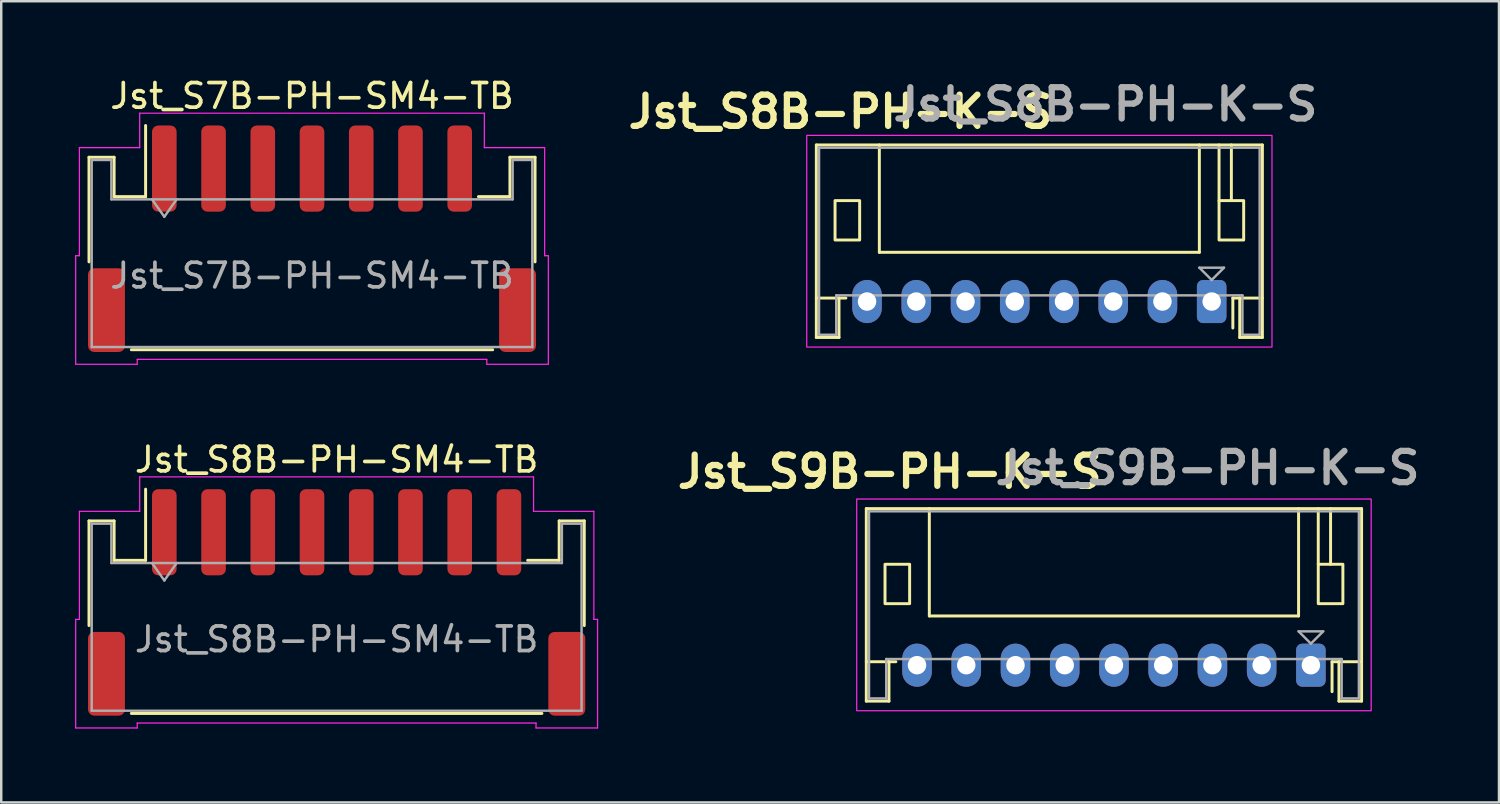
<source format=kicad_pcb>
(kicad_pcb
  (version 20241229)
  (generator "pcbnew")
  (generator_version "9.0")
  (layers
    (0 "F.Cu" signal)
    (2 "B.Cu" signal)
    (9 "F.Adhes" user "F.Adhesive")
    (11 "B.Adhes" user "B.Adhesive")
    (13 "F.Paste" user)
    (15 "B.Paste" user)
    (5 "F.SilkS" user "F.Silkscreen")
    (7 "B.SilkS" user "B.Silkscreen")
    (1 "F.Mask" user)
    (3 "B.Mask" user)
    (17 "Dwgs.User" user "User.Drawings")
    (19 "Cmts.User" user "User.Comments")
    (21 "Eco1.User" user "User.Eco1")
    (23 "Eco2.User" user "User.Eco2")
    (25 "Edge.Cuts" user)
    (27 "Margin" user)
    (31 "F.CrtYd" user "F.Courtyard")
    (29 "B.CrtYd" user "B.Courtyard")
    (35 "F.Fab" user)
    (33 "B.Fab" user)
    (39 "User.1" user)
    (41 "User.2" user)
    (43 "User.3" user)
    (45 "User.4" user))
  (footprint "Jst_S8B-PH-SM4-TB"
    (layer "F.Cu")
    (at 10.625 21.422)
    (property "Reference" "Jst_S8B-PH-SM4-TB" (at 0 -5.8 0) (layer "F.SilkS") (effects (font (size 1 1) (thickness 0.15))))
    (attr smd)
    (fp_line (start -10.06 -3.31) (end -9.04 -3.31) (stroke (width 0.12) (type solid)) (layer "F.SilkS"))
    (fp_line (start -10.06 0.94) (end -10.06 -3.31) (stroke (width 0.12) (type solid)) (layer "F.SilkS"))
    (fp_line (start -9.04 -3.31) (end -9.04 -1.71) (stroke (width 0.12) (type solid)) (layer "F.SilkS"))
    (fp_line (start -9.04 -1.71) (end -7.76 -1.71) (stroke (width 0.12) (type solid)) (layer "F.SilkS"))
    (fp_line (start -8.34 4.51) (end 8.34 4.51) (stroke (width 0.12) (type solid)) (layer "F.SilkS"))
    (fp_line (start -7.76 -1.71) (end -7.76 -4.6) (stroke (width 0.12) (type solid)) (layer "F.SilkS"))
    (fp_line (start 9.04 -3.31) (end 9.04 -1.71) (stroke (width 0.12) (type solid)) (layer "F.SilkS"))
    (fp_line (start 9.04 -1.71) (end 7.76 -1.71) (stroke (width 0.12) (type solid)) (layer "F.SilkS"))
    (fp_line (start 10.06 -3.31) (end 9.04 -3.31) (stroke (width 0.12) (type solid)) (layer "F.SilkS"))
    (fp_line (start 10.06 0.94) (end 10.06 -3.31) (stroke (width 0.12) (type solid)) (layer "F.SilkS"))
    (fp_line (start -10.6 0.69) (end -10.45 0.69) (stroke (width 0.05) (type solid)) (layer "F.CrtYd"))
    (fp_line (start -10.6 5.1) (end -10.6 0.69) (stroke (width 0.05) (type solid)) (layer "F.CrtYd"))
    (fp_line (start -10.45 -3.7) (end -8 -3.7) (stroke (width 0.05) (type solid)) (layer "F.CrtYd"))
    (fp_line (start -10.45 0.69) (end -10.45 -3.7) (stroke (width 0.05) (type solid)) (layer "F.CrtYd"))
    (fp_line (start -8.1 4.9) (end -8.1 5.1) (stroke (width 0.05) (type solid)) (layer "F.CrtYd"))
    (fp_line (start -8.1 5.1) (end -10.6 5.1) (stroke (width 0.05) (type solid)) (layer "F.CrtYd"))
    (fp_line (start -8 -5.1) (end 8 -5.1) (stroke (width 0.05) (type solid)) (layer "F.CrtYd"))
    (fp_line (start -8 -3.7) (end -8 -5.1) (stroke (width 0.05) (type solid)) (layer "F.CrtYd"))
    (fp_line (start 8 -5.1) (end 8 -3.7) (stroke (width 0.05) (type solid)) (layer "F.CrtYd"))
    (fp_line (start 8 -3.7) (end 10.45 -3.7) (stroke (width 0.05) (type solid)) (layer "F.CrtYd"))
    (fp_line (start 8.1 4.9) (end -8.1 4.9) (stroke (width 0.05) (type solid)) (layer "F.CrtYd"))
    (fp_line (start 8.1 5.1) (end 8.1 4.9) (stroke (width 0.05) (type solid)) (layer "F.CrtYd"))
    (fp_line (start 10.45 -3.7) (end 10.45 0.69) (stroke (width 0.05) (type solid)) (layer "F.CrtYd"))
    (fp_line (start 10.45 0.69) (end 10.6 0.69) (stroke (width 0.05) (type solid)) (layer "F.CrtYd"))
    (fp_line (start 10.6 0.69) (end 10.6 5.1) (stroke (width 0.05) (type solid)) (layer "F.CrtYd"))
    (fp_line (start 10.6 5.1) (end 8.1 5.1) (stroke (width 0.05) (type solid)) (layer "F.CrtYd"))
    (fp_line (start -9.95 -3.2) (end -9.95 4.4) (stroke (width 0.1) (type solid)) (layer "F.Fab"))
    (fp_line (start -9.95 -3.2) (end -9.15 -3.2) (stroke (width 0.1) (type solid)) (layer "F.Fab"))
    (fp_line (start -9.95 4.4) (end 9.95 4.4) (stroke (width 0.1) (type solid)) (layer "F.Fab"))
    (fp_line (start -9.15 -3.2) (end -9.15 -1.6) (stroke (width 0.1) (type solid)) (layer "F.Fab"))
    (fp_line (start -9.15 -1.6) (end 9.15 -1.6) (stroke (width 0.1) (type solid)) (layer "F.Fab"))
    (fp_line (start -7.5 -1.6) (end -7 -0.893) (stroke (width 0.1) (type solid)) (layer "F.Fab"))
    (fp_line (start -7 -0.893) (end -6.5 -1.6) (stroke (width 0.1) (type solid)) (layer "F.Fab"))
    (fp_line (start 9.15 -3.2) (end 9.95 -3.2) (stroke (width 0.1) (type solid)) (layer "F.Fab"))
    (fp_line (start 9.15 -1.6) (end 9.15 -3.2) (stroke (width 0.1) (type solid)) (layer "F.Fab"))
    (fp_line (start 9.95 -3.2) (end 9.95 4.4) (stroke (width 0.1) (type solid)) (layer "F.Fab"))
    (fp_text user "${REFERENCE}" (at 0 1.5 0) (layer "F.Fab") (effects (font (size 1 1) (thickness 0.15))))
    (pad "1" smd roundrect (at -7 -2.85) (size 1 3.5) (layers "F.Cu" "F.Mask" "F.Paste") (roundrect_rratio 0.25))
    (pad "2" smd roundrect (at -5 -2.85) (size 1 3.5) (layers "F.Cu" "F.Mask" "F.Paste") (roundrect_rratio 0.25))
    (pad "3" smd roundrect (at -3 -2.85) (size 1 3.5) (layers "F.Cu" "F.Mask" "F.Paste") (roundrect_rratio 0.25))
    (pad "4" smd roundrect (at -1 -2.85) (size 1 3.5) (layers "F.Cu" "F.Mask" "F.Paste") (roundrect_rratio 0.25))
    (pad "5" smd roundrect (at 1 -2.85) (size 1 3.5) (layers "F.Cu" "F.Mask" "F.Paste") (roundrect_rratio 0.25))
    (pad "6" smd roundrect (at 3 -2.85) (size 1 3.5) (layers "F.Cu" "F.Mask" "F.Paste") (roundrect_rratio 0.25))
    (pad "7" smd roundrect (at 5 -2.85) (size 1 3.5) (layers "F.Cu" "F.Mask" "F.Paste") (roundrect_rratio 0.25))
    (pad "8" smd roundrect (at 7 -2.85) (size 1 3.5) (layers "F.Cu" "F.Mask" "F.Paste") (roundrect_rratio 0.25))
    (pad "MP" smd roundrect (at -9.35 2.9) (size 1.5 3.4) (layers "F.Cu" "F.Mask" "F.Paste") (roundrect_rratio 0.167))
    (pad "MP" smd roundrect (at 9.35 2.9) (size 1.5 3.4) (layers "F.Cu" "F.Mask" "F.Paste") (roundrect_rratio 0.167)))
  (footprint "Jst_S8B-PH-K-S"
    (layer "F.Cu")
    (at 46.172 9.199)
    (property "Reference" "Jst_S8B-PH-K-S" (at -15.08 -7.71 0) (layer "F.SilkS") (effects (font (size 1.27 1.27) (thickness 0.254))))
    (attr through_hole)
    (fp_line (start -16.06 -6.36) (end -16.06 1.46) (stroke (width 0.12) (type solid)) (layer "F.SilkS"))
    (fp_line (start -16.06 -0.14) (end -15.14 -0.14) (stroke (width 0.12) (type solid)) (layer "F.SilkS"))
    (fp_line (start -16.06 1.46) (end -15.14 1.46) (stroke (width 0.12) (type solid)) (layer "F.SilkS"))
    (fp_line (start -15.14 -0.14) (end -14.86 -0.14) (stroke (width 0.12) (type solid)) (layer "F.SilkS"))
    (fp_line (start -15.14 1.46) (end -15.14 -0.14) (stroke (width 0.12) (type solid)) (layer "F.SilkS"))
    (fp_line (start -13.5 -2) (end -13.5 -6.36) (stroke (width 0.12) (type solid)) (layer "F.SilkS"))
    (fp_line (start -0.5 -6.36) (end -0.5 -2) (stroke (width 0.12) (type solid)) (layer "F.SilkS"))
    (fp_line (start -0.5 -2) (end -13.5 -2) (stroke (width 0.12) (type solid)) (layer "F.SilkS"))
    (fp_line (start 0.3 -4.1) (end 0.3 -6.36) (stroke (width 0.12) (type solid)) (layer "F.SilkS"))
    (fp_line (start 0.8 -4.1) (end 0.8 -6.36) (stroke (width 0.12) (type solid)) (layer "F.SilkS"))
    (fp_line (start 0.86 -0.14) (end 0.86 1.075) (stroke (width 0.12) (type solid)) (layer "F.SilkS"))
    (fp_line (start 0.86 -0.14) (end 1.14 -0.14) (stroke (width 0.12) (type solid)) (layer "F.SilkS"))
    (fp_line (start 1.14 -0.14) (end 1.14 1.46) (stroke (width 0.12) (type solid)) (layer "F.SilkS"))
    (fp_line (start 1.14 1.46) (end 2.06 1.46) (stroke (width 0.12) (type solid)) (layer "F.SilkS"))
    (fp_line (start 2.06 -6.36) (end -16.06 -6.36) (stroke (width 0.12) (type solid)) (layer "F.SilkS"))
    (fp_line (start 2.06 -0.14) (end 1.14 -0.14) (stroke (width 0.12) (type solid)) (layer "F.SilkS"))
    (fp_line (start 2.06 1.46) (end 2.06 -6.36) (stroke (width 0.12) (type solid)) (layer "F.SilkS"))
    (fp_rect (start -15.3 -4.1) (end -14.3 -2.5) (stroke (width 0.12) (type solid)) (fill no) (layer "F.SilkS"))
    (fp_rect (start 0.3 -4.1) (end 1.3 -2.5) (stroke (width 0.12) (type solid)) (fill no) (layer "F.SilkS"))
    (fp_rect (start -16.45 -6.75) (end 2.45 1.85) (stroke (width 0.05) (type solid)) (fill no) (layer "F.CrtYd"))
    (fp_line (start -15.95 -6.25) (end -15.95 1.35) (stroke (width 0.1) (type solid)) (layer "F.Fab"))
    (fp_line (start -15.95 1.35) (end -15.25 1.35) (stroke (width 0.1) (type solid)) (layer "F.Fab"))
    (fp_line (start -15.25 -0.25) (end 1.25 -0.25) (stroke (width 0.1) (type solid)) (layer "F.Fab"))
    (fp_line (start -15.25 1.35) (end -15.25 -0.25) (stroke (width 0.1) (type solid)) (layer "F.Fab"))
    (fp_line (start -0.5 -1.375) (end 0 -0.875) (stroke (width 0.1) (type solid)) (layer "F.Fab"))
    (fp_line (start 0 -0.875) (end 0.5 -1.375) (stroke (width 0.1) (type solid)) (layer "F.Fab"))
    (fp_line (start 0.5 -1.375) (end -0.5 -1.375) (stroke (width 0.1) (type solid)) (layer "F.Fab"))
    (fp_line (start 1.25 -0.25) (end 1.25 1.35) (stroke (width 0.1) (type solid)) (layer "F.Fab"))
    (fp_line (start 1.25 1.35) (end 1.95 1.35) (stroke (width 0.1) (type solid)) (layer "F.Fab"))
    (fp_line (start 1.95 -6.25) (end -15.95 -6.25) (stroke (width 0.1) (type solid)) (layer "F.Fab"))
    (fp_line (start 1.95 1.35) (end 1.95 -6.25) (stroke (width 0.1) (type solid)) (layer "F.Fab"))
    (fp_text user "${REFERENCE}" (at -4.32 -8.01 0) (layer "F.Fab") (effects (font (size 1.27 1.27) (thickness 0.254))))
    (pad "1" thru_hole roundrect (at 0 0 180) (size 1.2 1.75) (drill 0.75) (layers "*.Cu" "*.Mask") (roundrect_rratio 0.208))
    (pad "2" thru_hole oval (at -2 0 180) (size 1.2 1.75) (drill 0.75) (layers "*.Cu" "*.Mask"))
    (pad "3" thru_hole oval (at -4 0 180) (size 1.2 1.75) (drill 0.75) (layers "*.Cu" "*.Mask"))
    (pad "4" thru_hole oval (at -6 0 180) (size 1.2 1.75) (drill 0.75) (layers "*.Cu" "*.Mask"))
    (pad "5" thru_hole oval (at -8 0 180) (size 1.2 1.75) (drill 0.75) (layers "*.Cu" "*.Mask"))
    (pad "6" thru_hole oval (at -10 0 180) (size 1.2 1.75) (drill 0.75) (layers "*.Cu" "*.Mask"))
    (pad "7" thru_hole oval (at -12 0 180) (size 1.2 1.75) (drill 0.75) (layers "*.Cu" "*.Mask"))
    (pad "8" thru_hole oval (at -14 0 180) (size 1.2 1.75) (drill 0.75) (layers "*.Cu" "*.Mask")))
  (footprint "Jst_S7B-PH-SM4-TB"
    (layer "F.Cu")
    (at 9.625 6.648)
    (property "Reference" "Jst_S7B-PH-SM4-TB" (at 0 -5.8 0) (layer "F.SilkS") (effects (font (size 1 1) (thickness 0.15))))
    (attr smd)
    (fp_line (start -9.06 -3.31) (end -8.04 -3.31) (stroke (width 0.12) (type solid)) (layer "F.SilkS"))
    (fp_line (start -9.06 0.94) (end -9.06 -3.31) (stroke (width 0.12) (type solid)) (layer "F.SilkS"))
    (fp_line (start -8.04 -3.31) (end -8.04 -1.71) (stroke (width 0.12) (type solid)) (layer "F.SilkS"))
    (fp_line (start -8.04 -1.71) (end -6.76 -1.71) (stroke (width 0.12) (type solid)) (layer "F.SilkS"))
    (fp_line (start -7.34 4.51) (end 7.34 4.51) (stroke (width 0.12) (type solid)) (layer "F.SilkS"))
    (fp_line (start -6.76 -1.71) (end -6.76 -4.6) (stroke (width 0.12) (type solid)) (layer "F.SilkS"))
    (fp_line (start 8.04 -3.31) (end 8.04 -1.71) (stroke (width 0.12) (type solid)) (layer "F.SilkS"))
    (fp_line (start 8.04 -1.71) (end 6.76 -1.71) (stroke (width 0.12) (type solid)) (layer "F.SilkS"))
    (fp_line (start 9.06 -3.31) (end 8.04 -3.31) (stroke (width 0.12) (type solid)) (layer "F.SilkS"))
    (fp_line (start 9.06 0.94) (end 9.06 -3.31) (stroke (width 0.12) (type solid)) (layer "F.SilkS"))
    (fp_line (start -9.6 0.69) (end -9.45 0.69) (stroke (width 0.05) (type solid)) (layer "F.CrtYd"))
    (fp_line (start -9.6 5.1) (end -9.6 0.69) (stroke (width 0.05) (type solid)) (layer "F.CrtYd"))
    (fp_line (start -9.45 -3.7) (end -7 -3.7) (stroke (width 0.05) (type solid)) (layer "F.CrtYd"))
    (fp_line (start -9.45 0.69) (end -9.45 -3.7) (stroke (width 0.05) (type solid)) (layer "F.CrtYd"))
    (fp_line (start -7.1 4.9) (end -7.1 5.1) (stroke (width 0.05) (type solid)) (layer "F.CrtYd"))
    (fp_line (start -7.1 5.1) (end -9.6 5.1) (stroke (width 0.05) (type solid)) (layer "F.CrtYd"))
    (fp_line (start -7 -5.1) (end 7 -5.1) (stroke (width 0.05) (type solid)) (layer "F.CrtYd"))
    (fp_line (start -7 -3.7) (end -7 -5.1) (stroke (width 0.05) (type solid)) (layer "F.CrtYd"))
    (fp_line (start 7 -5.1) (end 7 -3.7) (stroke (width 0.05) (type solid)) (layer "F.CrtYd"))
    (fp_line (start 7 -3.7) (end 9.45 -3.7) (stroke (width 0.05) (type solid)) (layer "F.CrtYd"))
    (fp_line (start 7.1 4.9) (end -7.1 4.9) (stroke (width 0.05) (type solid)) (layer "F.CrtYd"))
    (fp_line (start 7.1 5.1) (end 7.1 4.9) (stroke (width 0.05) (type solid)) (layer "F.CrtYd"))
    (fp_line (start 9.45 -3.7) (end 9.45 0.69) (stroke (width 0.05) (type solid)) (layer "F.CrtYd"))
    (fp_line (start 9.45 0.69) (end 9.6 0.69) (stroke (width 0.05) (type solid)) (layer "F.CrtYd"))
    (fp_line (start 9.6 0.69) (end 9.6 5.1) (stroke (width 0.05) (type solid)) (layer "F.CrtYd"))
    (fp_line (start 9.6 5.1) (end 7.1 5.1) (stroke (width 0.05) (type solid)) (layer "F.CrtYd"))
    (fp_line (start -8.95 -3.2) (end -8.95 4.4) (stroke (width 0.1) (type solid)) (layer "F.Fab"))
    (fp_line (start -8.95 -3.2) (end -8.15 -3.2) (stroke (width 0.1) (type solid)) (layer "F.Fab"))
    (fp_line (start -8.95 4.4) (end 8.95 4.4) (stroke (width 0.1) (type solid)) (layer "F.Fab"))
    (fp_line (start -8.15 -3.2) (end -8.15 -1.6) (stroke (width 0.1) (type solid)) (layer "F.Fab"))
    (fp_line (start -8.15 -1.6) (end 8.15 -1.6) (stroke (width 0.1) (type solid)) (layer "F.Fab"))
    (fp_line (start -6.5 -1.6) (end -6 -0.893) (stroke (width 0.1) (type solid)) (layer "F.Fab"))
    (fp_line (start -6 -0.893) (end -5.5 -1.6) (stroke (width 0.1) (type solid)) (layer "F.Fab"))
    (fp_line (start 8.15 -3.2) (end 8.95 -3.2) (stroke (width 0.1) (type solid)) (layer "F.Fab"))
    (fp_line (start 8.15 -1.6) (end 8.15 -3.2) (stroke (width 0.1) (type solid)) (layer "F.Fab"))
    (fp_line (start 8.95 -3.2) (end 8.95 4.4) (stroke (width 0.1) (type solid)) (layer "F.Fab"))
    (fp_text user "${REFERENCE}" (at 0 1.5 0) (layer "F.Fab") (effects (font (size 1 1) (thickness 0.15))))
    (pad "1" smd roundrect (at -6 -2.85) (size 1 3.5) (layers "F.Cu" "F.Mask" "F.Paste") (roundrect_rratio 0.25))
    (pad "2" smd roundrect (at -4 -2.85) (size 1 3.5) (layers "F.Cu" "F.Mask" "F.Paste") (roundrect_rratio 0.25))
    (pad "3" smd roundrect (at -2 -2.85) (size 1 3.5) (layers "F.Cu" "F.Mask" "F.Paste") (roundrect_rratio 0.25))
    (pad "4" smd roundrect (at 0 -2.85) (size 1 3.5) (layers "F.Cu" "F.Mask" "F.Paste") (roundrect_rratio 0.25))
    (pad "5" smd roundrect (at 2 -2.85) (size 1 3.5) (layers "F.Cu" "F.Mask" "F.Paste") (roundrect_rratio 0.25))
    (pad "6" smd roundrect (at 4 -2.85) (size 1 3.5) (layers "F.Cu" "F.Mask" "F.Paste") (roundrect_rratio 0.25))
    (pad "7" smd roundrect (at 6 -2.85) (size 1 3.5) (layers "F.Cu" "F.Mask" "F.Paste") (roundrect_rratio 0.25))
    (pad "MP" smd roundrect (at -8.35 2.9) (size 1.5 3.4) (layers "F.Cu" "F.Mask" "F.Paste") (roundrect_rratio 0.167))
    (pad "MP" smd roundrect (at 8.35 2.9) (size 1.5 3.4) (layers "F.Cu" "F.Mask" "F.Paste") (roundrect_rratio 0.167)))
  (footprint "Jst_S9B-PH-K-S"
    (layer "F.Cu")
    (at 50.202 23.972)
    (property "Reference" "Jst_S9B-PH-K-S" (at -17.11 -7.86 0) (layer "F.SilkS") (effects (font (size 1.27 1.27) (thickness 0.254))))
    (attr through_hole)
    (fp_line (start -18.06 -6.36) (end -18.06 1.46) (stroke (width 0.12) (type solid)) (layer "F.SilkS"))
    (fp_line (start -18.06 -0.14) (end -17.14 -0.14) (stroke (width 0.12) (type solid)) (layer "F.SilkS"))
    (fp_line (start -18.06 1.46) (end -17.14 1.46) (stroke (width 0.12) (type solid)) (layer "F.SilkS"))
    (fp_line (start -17.14 -0.14) (end -16.86 -0.14) (stroke (width 0.12) (type solid)) (layer "F.SilkS"))
    (fp_line (start -17.14 1.46) (end -17.14 -0.14) (stroke (width 0.12) (type solid)) (layer "F.SilkS"))
    (fp_line (start -15.5 -2) (end -15.5 -6.36) (stroke (width 0.12) (type solid)) (layer "F.SilkS"))
    (fp_line (start -0.5 -6.36) (end -0.5 -2) (stroke (width 0.12) (type solid)) (layer "F.SilkS"))
    (fp_line (start -0.5 -2) (end -15.5 -2) (stroke (width 0.12) (type solid)) (layer "F.SilkS"))
    (fp_line (start 0.3 -4.1) (end 0.3 -6.36) (stroke (width 0.12) (type solid)) (layer "F.SilkS"))
    (fp_line (start 0.8 -4.1) (end 0.8 -6.36) (stroke (width 0.12) (type solid)) (layer "F.SilkS"))
    (fp_line (start 0.86 -0.14) (end 0.86 1.075) (stroke (width 0.12) (type solid)) (layer "F.SilkS"))
    (fp_line (start 0.86 -0.14) (end 1.14 -0.14) (stroke (width 0.12) (type solid)) (layer "F.SilkS"))
    (fp_line (start 1.14 -0.14) (end 1.14 1.46) (stroke (width 0.12) (type solid)) (layer "F.SilkS"))
    (fp_line (start 1.14 1.46) (end 2.06 1.46) (stroke (width 0.12) (type solid)) (layer "F.SilkS"))
    (fp_line (start 2.06 -6.36) (end -18.06 -6.36) (stroke (width 0.12) (type solid)) (layer "F.SilkS"))
    (fp_line (start 2.06 -0.14) (end 1.14 -0.14) (stroke (width 0.12) (type solid)) (layer "F.SilkS"))
    (fp_line (start 2.06 1.46) (end 2.06 -6.36) (stroke (width 0.12) (type solid)) (layer "F.SilkS"))
    (fp_rect (start -17.3 -4.1) (end -16.3 -2.5) (stroke (width 0.12) (type solid)) (fill no) (layer "F.SilkS"))
    (fp_rect (start 0.3 -4.1) (end 1.3 -2.5) (stroke (width 0.12) (type solid)) (fill no) (layer "F.SilkS"))
    (fp_rect (start -18.45 -6.75) (end 2.45 1.85) (stroke (width 0.05) (type solid)) (fill no) (layer "F.CrtYd"))
    (fp_line (start -17.95 -6.25) (end -17.95 1.35) (stroke (width 0.1) (type solid)) (layer "F.Fab"))
    (fp_line (start -17.95 1.35) (end -17.25 1.35) (stroke (width 0.1) (type solid)) (layer "F.Fab"))
    (fp_line (start -17.25 -0.25) (end 1.25 -0.25) (stroke (width 0.1) (type solid)) (layer "F.Fab"))
    (fp_line (start -17.25 1.35) (end -17.25 -0.25) (stroke (width 0.1) (type solid)) (layer "F.Fab"))
    (fp_line (start -0.5 -1.375) (end 0 -0.875) (stroke (width 0.1) (type solid)) (layer "F.Fab"))
    (fp_line (start 0 -0.875) (end 0.5 -1.375) (stroke (width 0.1) (type solid)) (layer "F.Fab"))
    (fp_line (start 0.5 -1.375) (end -0.5 -1.375) (stroke (width 0.1) (type solid)) (layer "F.Fab"))
    (fp_line (start 1.25 -0.25) (end 1.25 1.35) (stroke (width 0.1) (type solid)) (layer "F.Fab"))
    (fp_line (start 1.25 1.35) (end 1.95 1.35) (stroke (width 0.1) (type solid)) (layer "F.Fab"))
    (fp_line (start 1.95 -6.25) (end -17.95 -6.25) (stroke (width 0.1) (type solid)) (layer "F.Fab"))
    (fp_line (start 1.95 1.35) (end 1.95 -6.25) (stroke (width 0.1) (type solid)) (layer "F.Fab"))
    (fp_text user "${REFERENCE}" (at -4.2 -8.01 0) (layer "F.Fab") (effects (font (size 1.27 1.27) (thickness 0.254))))
    (pad "1" thru_hole roundrect (at 0 0 180) (size 1.2 1.75) (drill 0.75) (layers "*.Cu" "*.Mask") (roundrect_rratio 0.208))
    (pad "2" thru_hole oval (at -2 0 180) (size 1.2 1.75) (drill 0.75) (layers "*.Cu" "*.Mask"))
    (pad "3" thru_hole oval (at -4 0 180) (size 1.2 1.75) (drill 0.75) (layers "*.Cu" "*.Mask"))
    (pad "4" thru_hole oval (at -6 0 180) (size 1.2 1.75) (drill 0.75) (layers "*.Cu" "*.Mask"))
    (pad "5" thru_hole oval (at -8 0 180) (size 1.2 1.75) (drill 0.75) (layers "*.Cu" "*.Mask"))
    (pad "6" thru_hole oval (at -10 0 180) (size 1.2 1.75) (drill 0.75) (layers "*.Cu" "*.Mask"))
    (pad "7" thru_hole oval (at -12 0 180) (size 1.2 1.75) (drill 0.75) (layers "*.Cu" "*.Mask"))
    (pad "8" thru_hole oval (at -14 0 180) (size 1.2 1.75) (drill 0.75) (layers "*.Cu" "*.Mask"))
    (pad "9" thru_hole oval (at -16 0 180) (size 1.2 1.75) (drill 0.75) (layers "*.Cu" "*.Mask")))
  (gr_rect
    (start -3 -3)
    (end 57.843 29.547)
    (stroke (width 0.1) (type default))
    (fill no)
    (layer "Edge.Cuts")))
</source>
